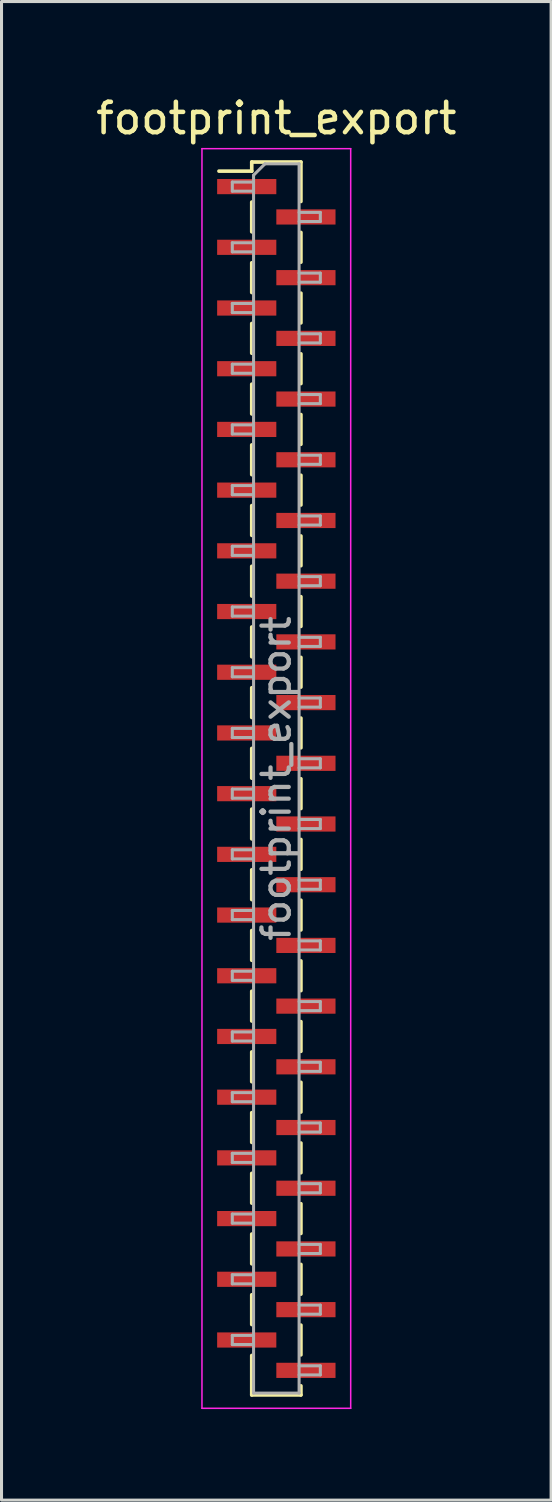
<source format=kicad_pcb>
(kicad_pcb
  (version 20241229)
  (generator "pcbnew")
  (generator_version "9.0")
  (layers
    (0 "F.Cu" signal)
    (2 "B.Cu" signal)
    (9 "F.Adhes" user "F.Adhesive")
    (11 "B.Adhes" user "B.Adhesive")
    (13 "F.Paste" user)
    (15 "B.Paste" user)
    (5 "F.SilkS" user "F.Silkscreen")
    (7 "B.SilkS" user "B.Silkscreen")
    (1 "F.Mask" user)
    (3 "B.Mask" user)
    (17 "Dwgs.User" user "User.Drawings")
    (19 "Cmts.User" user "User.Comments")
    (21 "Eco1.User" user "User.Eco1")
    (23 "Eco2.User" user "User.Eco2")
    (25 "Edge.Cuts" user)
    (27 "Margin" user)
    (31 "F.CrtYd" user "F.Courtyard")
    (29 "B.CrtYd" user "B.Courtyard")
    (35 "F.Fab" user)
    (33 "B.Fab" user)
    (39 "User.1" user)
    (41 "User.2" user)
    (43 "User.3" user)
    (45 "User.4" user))
  (footprint "footprint_export"
    (layer "F.Cu")
    (at 6.054 22.598)
    (property "Reference" "footprint_export" (at 0 -21.75 0) (layer "F.SilkS") (effects (font (size 1 1) (thickness 0.15))))
    (attr smd)
    (fp_line (start -1.89 -20.01) (end -0.81 -20.01) (stroke (width 0.12) (type solid)) (layer "F.SilkS"))
    (fp_line (start -0.81 -20.31) (end -0.81 -20.01) (stroke (width 0.12) (type solid)) (layer "F.SilkS"))
    (fp_line (start -0.81 -20.31) (end 0.81 -20.31) (stroke (width 0.12) (type solid)) (layer "F.SilkS"))
    (fp_line (start -0.81 -18.99) (end -0.81 -18.01) (stroke (width 0.12) (type solid)) (layer "F.SilkS"))
    (fp_line (start -0.81 -16.99) (end -0.81 -16.01) (stroke (width 0.12) (type solid)) (layer "F.SilkS"))
    (fp_line (start -0.81 -14.99) (end -0.81 -14.01) (stroke (width 0.12) (type solid)) (layer "F.SilkS"))
    (fp_line (start -0.81 -12.99) (end -0.81 -12.01) (stroke (width 0.12) (type solid)) (layer "F.SilkS"))
    (fp_line (start -0.81 -10.99) (end -0.81 -10.01) (stroke (width 0.12) (type solid)) (layer "F.SilkS"))
    (fp_line (start -0.81 -8.99) (end -0.81 -8.01) (stroke (width 0.12) (type solid)) (layer "F.SilkS"))
    (fp_line (start -0.81 -6.99) (end -0.81 -6.01) (stroke (width 0.12) (type solid)) (layer "F.SilkS"))
    (fp_line (start -0.81 -4.99) (end -0.81 -4.01) (stroke (width 0.12) (type solid)) (layer "F.SilkS"))
    (fp_line (start -0.81 -2.99) (end -0.81 -2.01) (stroke (width 0.12) (type solid)) (layer "F.SilkS"))
    (fp_line (start -0.81 -0.99) (end -0.81 -0.01) (stroke (width 0.12) (type solid)) (layer "F.SilkS"))
    (fp_line (start -0.81 1.01) (end -0.81 1.99) (stroke (width 0.12) (type solid)) (layer "F.SilkS"))
    (fp_line (start -0.81 3.01) (end -0.81 3.99) (stroke (width 0.12) (type solid)) (layer "F.SilkS"))
    (fp_line (start -0.81 5.01) (end -0.81 5.99) (stroke (width 0.12) (type solid)) (layer "F.SilkS"))
    (fp_line (start -0.81 7.01) (end -0.81 7.99) (stroke (width 0.12) (type solid)) (layer "F.SilkS"))
    (fp_line (start -0.81 9.01) (end -0.81 9.99) (stroke (width 0.12) (type solid)) (layer "F.SilkS"))
    (fp_line (start -0.81 11.01) (end -0.81 11.99) (stroke (width 0.12) (type solid)) (layer "F.SilkS"))
    (fp_line (start -0.81 13.01) (end -0.81 13.99) (stroke (width 0.12) (type solid)) (layer "F.SilkS"))
    (fp_line (start -0.81 15.01) (end -0.81 15.99) (stroke (width 0.12) (type solid)) (layer "F.SilkS"))
    (fp_line (start -0.81 17.01) (end -0.81 17.99) (stroke (width 0.12) (type solid)) (layer "F.SilkS"))
    (fp_line (start -0.81 19.01) (end -0.81 20.31) (stroke (width 0.12) (type solid)) (layer "F.SilkS"))
    (fp_line (start -0.81 20.31) (end 0.81 20.31) (stroke (width 0.12) (type solid)) (layer "F.SilkS"))
    (fp_line (start 0.81 -20.31) (end 0.81 -19.01) (stroke (width 0.12) (type solid)) (layer "F.SilkS"))
    (fp_line (start 0.81 -17.99) (end 0.81 -17.01) (stroke (width 0.12) (type solid)) (layer "F.SilkS"))
    (fp_line (start 0.81 -15.99) (end 0.81 -15.01) (stroke (width 0.12) (type solid)) (layer "F.SilkS"))
    (fp_line (start 0.81 -13.99) (end 0.81 -13.01) (stroke (width 0.12) (type solid)) (layer "F.SilkS"))
    (fp_line (start 0.81 -11.99) (end 0.81 -11.01) (stroke (width 0.12) (type solid)) (layer "F.SilkS"))
    (fp_line (start 0.81 -9.99) (end 0.81 -9.01) (stroke (width 0.12) (type solid)) (layer "F.SilkS"))
    (fp_line (start 0.81 -7.99) (end 0.81 -7.01) (stroke (width 0.12) (type solid)) (layer "F.SilkS"))
    (fp_line (start 0.81 -5.99) (end 0.81 -5.01) (stroke (width 0.12) (type solid)) (layer "F.SilkS"))
    (fp_line (start 0.81 -3.99) (end 0.81 -3.01) (stroke (width 0.12) (type solid)) (layer "F.SilkS"))
    (fp_line (start 0.81 -1.99) (end 0.81 -1.01) (stroke (width 0.12) (type solid)) (layer "F.SilkS"))
    (fp_line (start 0.81 0.01) (end 0.81 0.99) (stroke (width 0.12) (type solid)) (layer "F.SilkS"))
    (fp_line (start 0.81 2.01) (end 0.81 2.99) (stroke (width 0.12) (type solid)) (layer "F.SilkS"))
    (fp_line (start 0.81 4.01) (end 0.81 4.99) (stroke (width 0.12) (type solid)) (layer "F.SilkS"))
    (fp_line (start 0.81 6.01) (end 0.81 6.99) (stroke (width 0.12) (type solid)) (layer "F.SilkS"))
    (fp_line (start 0.81 8.01) (end 0.81 8.99) (stroke (width 0.12) (type solid)) (layer "F.SilkS"))
    (fp_line (start 0.81 10.01) (end 0.81 10.99) (stroke (width 0.12) (type solid)) (layer "F.SilkS"))
    (fp_line (start 0.81 12.01) (end 0.81 12.99) (stroke (width 0.12) (type solid)) (layer "F.SilkS"))
    (fp_line (start 0.81 14.01) (end 0.81 14.99) (stroke (width 0.12) (type solid)) (layer "F.SilkS"))
    (fp_line (start 0.81 16.01) (end 0.81 16.99) (stroke (width 0.12) (type solid)) (layer "F.SilkS"))
    (fp_line (start 0.81 18.01) (end 0.81 18.99) (stroke (width 0.12) (type solid)) (layer "F.SilkS"))
    (fp_line (start 0.81 20.01) (end 0.81 20.31) (stroke (width 0.12) (type solid)) (layer "F.SilkS"))
    (fp_line (start -2.45 -20.75) (end 2.45 -20.75) (stroke (width 0.05) (type solid)) (layer "F.CrtYd"))
    (fp_line (start -2.45 20.75) (end -2.45 -20.75) (stroke (width 0.05) (type solid)) (layer "F.CrtYd"))
    (fp_line (start 2.45 -20.75) (end 2.45 20.75) (stroke (width 0.05) (type solid)) (layer "F.CrtYd"))
    (fp_line (start 2.45 20.75) (end -2.45 20.75) (stroke (width 0.05) (type solid)) (layer "F.CrtYd"))
    (fp_line (start -1.45 -19.65) (end -0.75 -19.65) (stroke (width 0.1) (type solid)) (layer "F.Fab"))
    (fp_line (start -1.45 -19.35) (end -1.45 -19.65) (stroke (width 0.1) (type solid)) (layer "F.Fab"))
    (fp_line (start -1.45 -17.65) (end -0.75 -17.65) (stroke (width 0.1) (type solid)) (layer "F.Fab"))
    (fp_line (start -1.45 -17.35) (end -1.45 -17.65) (stroke (width 0.1) (type solid)) (layer "F.Fab"))
    (fp_line (start -1.45 -15.65) (end -0.75 -15.65) (stroke (width 0.1) (type solid)) (layer "F.Fab"))
    (fp_line (start -1.45 -15.35) (end -1.45 -15.65) (stroke (width 0.1) (type solid)) (layer "F.Fab"))
    (fp_line (start -1.45 -13.65) (end -0.75 -13.65) (stroke (width 0.1) (type solid)) (layer "F.Fab"))
    (fp_line (start -1.45 -13.35) (end -1.45 -13.65) (stroke (width 0.1) (type solid)) (layer "F.Fab"))
    (fp_line (start -1.45 -11.65) (end -0.75 -11.65) (stroke (width 0.1) (type solid)) (layer "F.Fab"))
    (fp_line (start -1.45 -11.35) (end -1.45 -11.65) (stroke (width 0.1) (type solid)) (layer "F.Fab"))
    (fp_line (start -1.45 -9.65) (end -0.75 -9.65) (stroke (width 0.1) (type solid)) (layer "F.Fab"))
    (fp_line (start -1.45 -9.35) (end -1.45 -9.65) (stroke (width 0.1) (type solid)) (layer "F.Fab"))
    (fp_line (start -1.45 -7.65) (end -0.75 -7.65) (stroke (width 0.1) (type solid)) (layer "F.Fab"))
    (fp_line (start -1.45 -7.35) (end -1.45 -7.65) (stroke (width 0.1) (type solid)) (layer "F.Fab"))
    (fp_line (start -1.45 -5.65) (end -0.75 -5.65) (stroke (width 0.1) (type solid)) (layer "F.Fab"))
    (fp_line (start -1.45 -5.35) (end -1.45 -5.65) (stroke (width 0.1) (type solid)) (layer "F.Fab"))
    (fp_line (start -1.45 -3.65) (end -0.75 -3.65) (stroke (width 0.1) (type solid)) (layer "F.Fab"))
    (fp_line (start -1.45 -3.35) (end -1.45 -3.65) (stroke (width 0.1) (type solid)) (layer "F.Fab"))
    (fp_line (start -1.45 -1.65) (end -0.75 -1.65) (stroke (width 0.1) (type solid)) (layer "F.Fab"))
    (fp_line (start -1.45 -1.35) (end -1.45 -1.65) (stroke (width 0.1) (type solid)) (layer "F.Fab"))
    (fp_line (start -1.45 0.35) (end -0.75 0.35) (stroke (width 0.1) (type solid)) (layer "F.Fab"))
    (fp_line (start -1.45 0.65) (end -1.45 0.35) (stroke (width 0.1) (type solid)) (layer "F.Fab"))
    (fp_line (start -1.45 2.35) (end -0.75 2.35) (stroke (width 0.1) (type solid)) (layer "F.Fab"))
    (fp_line (start -1.45 2.65) (end -1.45 2.35) (stroke (width 0.1) (type solid)) (layer "F.Fab"))
    (fp_line (start -1.45 4.35) (end -0.75 4.35) (stroke (width 0.1) (type solid)) (layer "F.Fab"))
    (fp_line (start -1.45 4.65) (end -1.45 4.35) (stroke (width 0.1) (type solid)) (layer "F.Fab"))
    (fp_line (start -1.45 6.35) (end -0.75 6.35) (stroke (width 0.1) (type solid)) (layer "F.Fab"))
    (fp_line (start -1.45 6.65) (end -1.45 6.35) (stroke (width 0.1) (type solid)) (layer "F.Fab"))
    (fp_line (start -1.45 8.35) (end -0.75 8.35) (stroke (width 0.1) (type solid)) (layer "F.Fab"))
    (fp_line (start -1.45 8.65) (end -1.45 8.35) (stroke (width 0.1) (type solid)) (layer "F.Fab"))
    (fp_line (start -1.45 10.35) (end -0.75 10.35) (stroke (width 0.1) (type solid)) (layer "F.Fab"))
    (fp_line (start -1.45 10.65) (end -1.45 10.35) (stroke (width 0.1) (type solid)) (layer "F.Fab"))
    (fp_line (start -1.45 12.35) (end -0.75 12.35) (stroke (width 0.1) (type solid)) (layer "F.Fab"))
    (fp_line (start -1.45 12.65) (end -1.45 12.35) (stroke (width 0.1) (type solid)) (layer "F.Fab"))
    (fp_line (start -1.45 14.35) (end -0.75 14.35) (stroke (width 0.1) (type solid)) (layer "F.Fab"))
    (fp_line (start -1.45 14.65) (end -1.45 14.35) (stroke (width 0.1) (type solid)) (layer "F.Fab"))
    (fp_line (start -1.45 16.35) (end -0.75 16.35) (stroke (width 0.1) (type solid)) (layer "F.Fab"))
    (fp_line (start -1.45 16.65) (end -1.45 16.35) (stroke (width 0.1) (type solid)) (layer "F.Fab"))
    (fp_line (start -1.45 18.35) (end -0.75 18.35) (stroke (width 0.1) (type solid)) (layer "F.Fab"))
    (fp_line (start -1.45 18.65) (end -1.45 18.35) (stroke (width 0.1) (type solid)) (layer "F.Fab"))
    (fp_line (start -0.75 -19.875) (end -0.375 -20.25) (stroke (width 0.1) (type solid)) (layer "F.Fab"))
    (fp_line (start -0.75 -19.35) (end -1.45 -19.35) (stroke (width 0.1) (type solid)) (layer "F.Fab"))
    (fp_line (start -0.75 -17.35) (end -1.45 -17.35) (stroke (width 0.1) (type solid)) (layer "F.Fab"))
    (fp_line (start -0.75 -15.35) (end -1.45 -15.35) (stroke (width 0.1) (type solid)) (layer "F.Fab"))
    (fp_line (start -0.75 -13.35) (end -1.45 -13.35) (stroke (width 0.1) (type solid)) (layer "F.Fab"))
    (fp_line (start -0.75 -11.35) (end -1.45 -11.35) (stroke (width 0.1) (type solid)) (layer "F.Fab"))
    (fp_line (start -0.75 -9.35) (end -1.45 -9.35) (stroke (width 0.1) (type solid)) (layer "F.Fab"))
    (fp_line (start -0.75 -7.35) (end -1.45 -7.35) (stroke (width 0.1) (type solid)) (layer "F.Fab"))
    (fp_line (start -0.75 -5.35) (end -1.45 -5.35) (stroke (width 0.1) (type solid)) (layer "F.Fab"))
    (fp_line (start -0.75 -3.35) (end -1.45 -3.35) (stroke (width 0.1) (type solid)) (layer "F.Fab"))
    (fp_line (start -0.75 -1.35) (end -1.45 -1.35) (stroke (width 0.1) (type solid)) (layer "F.Fab"))
    (fp_line (start -0.75 0.65) (end -1.45 0.65) (stroke (width 0.1) (type solid)) (layer "F.Fab"))
    (fp_line (start -0.75 2.65) (end -1.45 2.65) (stroke (width 0.1) (type solid)) (layer "F.Fab"))
    (fp_line (start -0.75 4.65) (end -1.45 4.65) (stroke (width 0.1) (type solid)) (layer "F.Fab"))
    (fp_line (start -0.75 6.65) (end -1.45 6.65) (stroke (width 0.1) (type solid)) (layer "F.Fab"))
    (fp_line (start -0.75 8.65) (end -1.45 8.65) (stroke (width 0.1) (type solid)) (layer "F.Fab"))
    (fp_line (start -0.75 10.65) (end -1.45 10.65) (stroke (width 0.1) (type solid)) (layer "F.Fab"))
    (fp_line (start -0.75 12.65) (end -1.45 12.65) (stroke (width 0.1) (type solid)) (layer "F.Fab"))
    (fp_line (start -0.75 14.65) (end -1.45 14.65) (stroke (width 0.1) (type solid)) (layer "F.Fab"))
    (fp_line (start -0.75 16.65) (end -1.45 16.65) (stroke (width 0.1) (type solid)) (layer "F.Fab"))
    (fp_line (start -0.75 18.65) (end -1.45 18.65) (stroke (width 0.1) (type solid)) (layer "F.Fab"))
    (fp_line (start -0.75 20.25) (end -0.75 -19.875) (stroke (width 0.1) (type solid)) (layer "F.Fab"))
    (fp_line (start -0.375 -20.25) (end 0.75 -20.25) (stroke (width 0.1) (type solid)) (layer "F.Fab"))
    (fp_line (start 0.75 -20.25) (end 0.75 20.25) (stroke (width 0.1) (type solid)) (layer "F.Fab"))
    (fp_line (start 0.75 -18.65) (end 1.45 -18.65) (stroke (width 0.1) (type solid)) (layer "F.Fab"))
    (fp_line (start 0.75 -16.65) (end 1.45 -16.65) (stroke (width 0.1) (type solid)) (layer "F.Fab"))
    (fp_line (start 0.75 -14.65) (end 1.45 -14.65) (stroke (width 0.1) (type solid)) (layer "F.Fab"))
    (fp_line (start 0.75 -12.65) (end 1.45 -12.65) (stroke (width 0.1) (type solid)) (layer "F.Fab"))
    (fp_line (start 0.75 -10.65) (end 1.45 -10.65) (stroke (width 0.1) (type solid)) (layer "F.Fab"))
    (fp_line (start 0.75 -8.65) (end 1.45 -8.65) (stroke (width 0.1) (type solid)) (layer "F.Fab"))
    (fp_line (start 0.75 -6.65) (end 1.45 -6.65) (stroke (width 0.1) (type solid)) (layer "F.Fab"))
    (fp_line (start 0.75 -4.65) (end 1.45 -4.65) (stroke (width 0.1) (type solid)) (layer "F.Fab"))
    (fp_line (start 0.75 -2.65) (end 1.45 -2.65) (stroke (width 0.1) (type solid)) (layer "F.Fab"))
    (fp_line (start 0.75 -0.65) (end 1.45 -0.65) (stroke (width 0.1) (type solid)) (layer "F.Fab"))
    (fp_line (start 0.75 1.35) (end 1.45 1.35) (stroke (width 0.1) (type solid)) (layer "F.Fab"))
    (fp_line (start 0.75 3.35) (end 1.45 3.35) (stroke (width 0.1) (type solid)) (layer "F.Fab"))
    (fp_line (start 0.75 5.35) (end 1.45 5.35) (stroke (width 0.1) (type solid)) (layer "F.Fab"))
    (fp_line (start 0.75 7.35) (end 1.45 7.35) (stroke (width 0.1) (type solid)) (layer "F.Fab"))
    (fp_line (start 0.75 9.35) (end 1.45 9.35) (stroke (width 0.1) (type solid)) (layer "F.Fab"))
    (fp_line (start 0.75 11.35) (end 1.45 11.35) (stroke (width 0.1) (type solid)) (layer "F.Fab"))
    (fp_line (start 0.75 13.35) (end 1.45 13.35) (stroke (width 0.1) (type solid)) (layer "F.Fab"))
    (fp_line (start 0.75 15.35) (end 1.45 15.35) (stroke (width 0.1) (type solid)) (layer "F.Fab"))
    (fp_line (start 0.75 17.35) (end 1.45 17.35) (stroke (width 0.1) (type solid)) (layer "F.Fab"))
    (fp_line (start 0.75 19.35) (end 1.45 19.35) (stroke (width 0.1) (type solid)) (layer "F.Fab"))
    (fp_line (start 0.75 20.25) (end -0.75 20.25) (stroke (width 0.1) (type solid)) (layer "F.Fab"))
    (fp_line (start 1.45 -18.65) (end 1.45 -18.35) (stroke (width 0.1) (type solid)) (layer "F.Fab"))
    (fp_line (start 1.45 -18.35) (end 0.75 -18.35) (stroke (width 0.1) (type solid)) (layer "F.Fab"))
    (fp_line (start 1.45 -16.65) (end 1.45 -16.35) (stroke (width 0.1) (type solid)) (layer "F.Fab"))
    (fp_line (start 1.45 -16.35) (end 0.75 -16.35) (stroke (width 0.1) (type solid)) (layer "F.Fab"))
    (fp_line (start 1.45 -14.65) (end 1.45 -14.35) (stroke (width 0.1) (type solid)) (layer "F.Fab"))
    (fp_line (start 1.45 -14.35) (end 0.75 -14.35) (stroke (width 0.1) (type solid)) (layer "F.Fab"))
    (fp_line (start 1.45 -12.65) (end 1.45 -12.35) (stroke (width 0.1) (type solid)) (layer "F.Fab"))
    (fp_line (start 1.45 -12.35) (end 0.75 -12.35) (stroke (width 0.1) (type solid)) (layer "F.Fab"))
    (fp_line (start 1.45 -10.65) (end 1.45 -10.35) (stroke (width 0.1) (type solid)) (layer "F.Fab"))
    (fp_line (start 1.45 -10.35) (end 0.75 -10.35) (stroke (width 0.1) (type solid)) (layer "F.Fab"))
    (fp_line (start 1.45 -8.65) (end 1.45 -8.35) (stroke (width 0.1) (type solid)) (layer "F.Fab"))
    (fp_line (start 1.45 -8.35) (end 0.75 -8.35) (stroke (width 0.1) (type solid)) (layer "F.Fab"))
    (fp_line (start 1.45 -6.65) (end 1.45 -6.35) (stroke (width 0.1) (type solid)) (layer "F.Fab"))
    (fp_line (start 1.45 -6.35) (end 0.75 -6.35) (stroke (width 0.1) (type solid)) (layer "F.Fab"))
    (fp_line (start 1.45 -4.65) (end 1.45 -4.35) (stroke (width 0.1) (type solid)) (layer "F.Fab"))
    (fp_line (start 1.45 -4.35) (end 0.75 -4.35) (stroke (width 0.1) (type solid)) (layer "F.Fab"))
    (fp_line (start 1.45 -2.65) (end 1.45 -2.35) (stroke (width 0.1) (type solid)) (layer "F.Fab"))
    (fp_line (start 1.45 -2.35) (end 0.75 -2.35) (stroke (width 0.1) (type solid)) (layer "F.Fab"))
    (fp_line (start 1.45 -0.65) (end 1.45 -0.35) (stroke (width 0.1) (type solid)) (layer "F.Fab"))
    (fp_line (start 1.45 -0.35) (end 0.75 -0.35) (stroke (width 0.1) (type solid)) (layer "F.Fab"))
    (fp_line (start 1.45 1.35) (end 1.45 1.65) (stroke (width 0.1) (type solid)) (layer "F.Fab"))
    (fp_line (start 1.45 1.65) (end 0.75 1.65) (stroke (width 0.1) (type solid)) (layer "F.Fab"))
    (fp_line (start 1.45 3.35) (end 1.45 3.65) (stroke (width 0.1) (type solid)) (layer "F.Fab"))
    (fp_line (start 1.45 3.65) (end 0.75 3.65) (stroke (width 0.1) (type solid)) (layer "F.Fab"))
    (fp_line (start 1.45 5.35) (end 1.45 5.65) (stroke (width 0.1) (type solid)) (layer "F.Fab"))
    (fp_line (start 1.45 5.65) (end 0.75 5.65) (stroke (width 0.1) (type solid)) (layer "F.Fab"))
    (fp_line (start 1.45 7.35) (end 1.45 7.65) (stroke (width 0.1) (type solid)) (layer "F.Fab"))
    (fp_line (start 1.45 7.65) (end 0.75 7.65) (stroke (width 0.1) (type solid)) (layer "F.Fab"))
    (fp_line (start 1.45 9.35) (end 1.45 9.65) (stroke (width 0.1) (type solid)) (layer "F.Fab"))
    (fp_line (start 1.45 9.65) (end 0.75 9.65) (stroke (width 0.1) (type solid)) (layer "F.Fab"))
    (fp_line (start 1.45 11.35) (end 1.45 11.65) (stroke (width 0.1) (type solid)) (layer "F.Fab"))
    (fp_line (start 1.45 11.65) (end 0.75 11.65) (stroke (width 0.1) (type solid)) (layer "F.Fab"))
    (fp_line (start 1.45 13.35) (end 1.45 13.65) (stroke (width 0.1) (type solid)) (layer "F.Fab"))
    (fp_line (start 1.45 13.65) (end 0.75 13.65) (stroke (width 0.1) (type solid)) (layer "F.Fab"))
    (fp_line (start 1.45 15.35) (end 1.45 15.65) (stroke (width 0.1) (type solid)) (layer "F.Fab"))
    (fp_line (start 1.45 15.65) (end 0.75 15.65) (stroke (width 0.1) (type solid)) (layer "F.Fab"))
    (fp_line (start 1.45 17.35) (end 1.45 17.65) (stroke (width 0.1) (type solid)) (layer "F.Fab"))
    (fp_line (start 1.45 17.65) (end 0.75 17.65) (stroke (width 0.1) (type solid)) (layer "F.Fab"))
    (fp_line (start 1.45 19.35) (end 1.45 19.65) (stroke (width 0.1) (type solid)) (layer "F.Fab"))
    (fp_line (start 1.45 19.65) (end 0.75 19.65) (stroke (width 0.1) (type solid)) (layer "F.Fab"))
    (fp_text user "${REFERENCE}" (at 0 0 90) (layer "F.Fab") (effects (font (size 0.9 0.9) (thickness 0.14))))
    (pad "1" smd rect (at -0.975 -19.5) (size 1.95 0.5) (layers "F.Cu" "F.Mask" "F.Paste"))
    (pad "2" smd rect (at 0.975 -18.5) (size 1.95 0.5) (layers "F.Cu" "F.Mask" "F.Paste"))
    (pad "3" smd rect (at -0.975 -17.5) (size 1.95 0.5) (layers "F.Cu" "F.Mask" "F.Paste"))
    (pad "4" smd rect (at 0.975 -16.5) (size 1.95 0.5) (layers "F.Cu" "F.Mask" "F.Paste"))
    (pad "5" smd rect (at -0.975 -15.5) (size 1.95 0.5) (layers "F.Cu" "F.Mask" "F.Paste"))
    (pad "6" smd rect (at 0.975 -14.5) (size 1.95 0.5) (layers "F.Cu" "F.Mask" "F.Paste"))
    (pad "7" smd rect (at -0.975 -13.5) (size 1.95 0.5) (layers "F.Cu" "F.Mask" "F.Paste"))
    (pad "8" smd rect (at 0.975 -12.5) (size 1.95 0.5) (layers "F.Cu" "F.Mask" "F.Paste"))
    (pad "9" smd rect (at -0.975 -11.5) (size 1.95 0.5) (layers "F.Cu" "F.Mask" "F.Paste"))
    (pad "10" smd rect (at 0.975 -10.5) (size 1.95 0.5) (layers "F.Cu" "F.Mask" "F.Paste"))
    (pad "11" smd rect (at -0.975 -9.5) (size 1.95 0.5) (layers "F.Cu" "F.Mask" "F.Paste"))
    (pad "12" smd rect (at 0.975 -8.5) (size 1.95 0.5) (layers "F.Cu" "F.Mask" "F.Paste"))
    (pad "13" smd rect (at -0.975 -7.5) (size 1.95 0.5) (layers "F.Cu" "F.Mask" "F.Paste"))
    (pad "14" smd rect (at 0.975 -6.5) (size 1.95 0.5) (layers "F.Cu" "F.Mask" "F.Paste"))
    (pad "15" smd rect (at -0.975 -5.5) (size 1.95 0.5) (layers "F.Cu" "F.Mask" "F.Paste"))
    (pad "16" smd rect (at 0.975 -4.5) (size 1.95 0.5) (layers "F.Cu" "F.Mask" "F.Paste"))
    (pad "17" smd rect (at -0.975 -3.5) (size 1.95 0.5) (layers "F.Cu" "F.Mask" "F.Paste"))
    (pad "18" smd rect (at 0.975 -2.5) (size 1.95 0.5) (layers "F.Cu" "F.Mask" "F.Paste"))
    (pad "19" smd rect (at -0.975 -1.5) (size 1.95 0.5) (layers "F.Cu" "F.Mask" "F.Paste"))
    (pad "20" smd rect (at 0.975 -0.5) (size 1.95 0.5) (layers "F.Cu" "F.Mask" "F.Paste"))
    (pad "21" smd rect (at -0.975 0.5) (size 1.95 0.5) (layers "F.Cu" "F.Mask" "F.Paste"))
    (pad "22" smd rect (at 0.975 1.5) (size 1.95 0.5) (layers "F.Cu" "F.Mask" "F.Paste"))
    (pad "23" smd rect (at -0.975 2.5) (size 1.95 0.5) (layers "F.Cu" "F.Mask" "F.Paste"))
    (pad "24" smd rect (at 0.975 3.5) (size 1.95 0.5) (layers "F.Cu" "F.Mask" "F.Paste"))
    (pad "25" smd rect (at -0.975 4.5) (size 1.95 0.5) (layers "F.Cu" "F.Mask" "F.Paste"))
    (pad "26" smd rect (at 0.975 5.5) (size 1.95 0.5) (layers "F.Cu" "F.Mask" "F.Paste"))
    (pad "27" smd rect (at -0.975 6.5) (size 1.95 0.5) (layers "F.Cu" "F.Mask" "F.Paste"))
    (pad "28" smd rect (at 0.975 7.5) (size 1.95 0.5) (layers "F.Cu" "F.Mask" "F.Paste"))
    (pad "29" smd rect (at -0.975 8.5) (size 1.95 0.5) (layers "F.Cu" "F.Mask" "F.Paste"))
    (pad "30" smd rect (at 0.975 9.5) (size 1.95 0.5) (layers "F.Cu" "F.Mask" "F.Paste"))
    (pad "31" smd rect (at -0.975 10.5) (size 1.95 0.5) (layers "F.Cu" "F.Mask" "F.Paste"))
    (pad "32" smd rect (at 0.975 11.5) (size 1.95 0.5) (layers "F.Cu" "F.Mask" "F.Paste"))
    (pad "33" smd rect (at -0.975 12.5) (size 1.95 0.5) (layers "F.Cu" "F.Mask" "F.Paste"))
    (pad "34" smd rect (at 0.975 13.5) (size 1.95 0.5) (layers "F.Cu" "F.Mask" "F.Paste"))
    (pad "35" smd rect (at -0.975 14.5) (size 1.95 0.5) (layers "F.Cu" "F.Mask" "F.Paste"))
    (pad "36" smd rect (at 0.975 15.5) (size 1.95 0.5) (layers "F.Cu" "F.Mask" "F.Paste"))
    (pad "37" smd rect (at -0.975 16.5) (size 1.95 0.5) (layers "F.Cu" "F.Mask" "F.Paste"))
    (pad "38" smd rect (at 0.975 17.5) (size 1.95 0.5) (layers "F.Cu" "F.Mask" "F.Paste"))
    (pad "39" smd rect (at -0.975 18.5) (size 1.95 0.5) (layers "F.Cu" "F.Mask" "F.Paste"))
    (pad "40" smd rect (at 0.975 19.5) (size 1.95 0.5) (layers "F.Cu" "F.Mask" "F.Paste")))
  (gr_rect
    (start -3 -3)
    (end 15.107 46.373)
    (stroke (width 0.1) (type default))
    (fill no)
    (layer "Edge.Cuts")))
</source>
